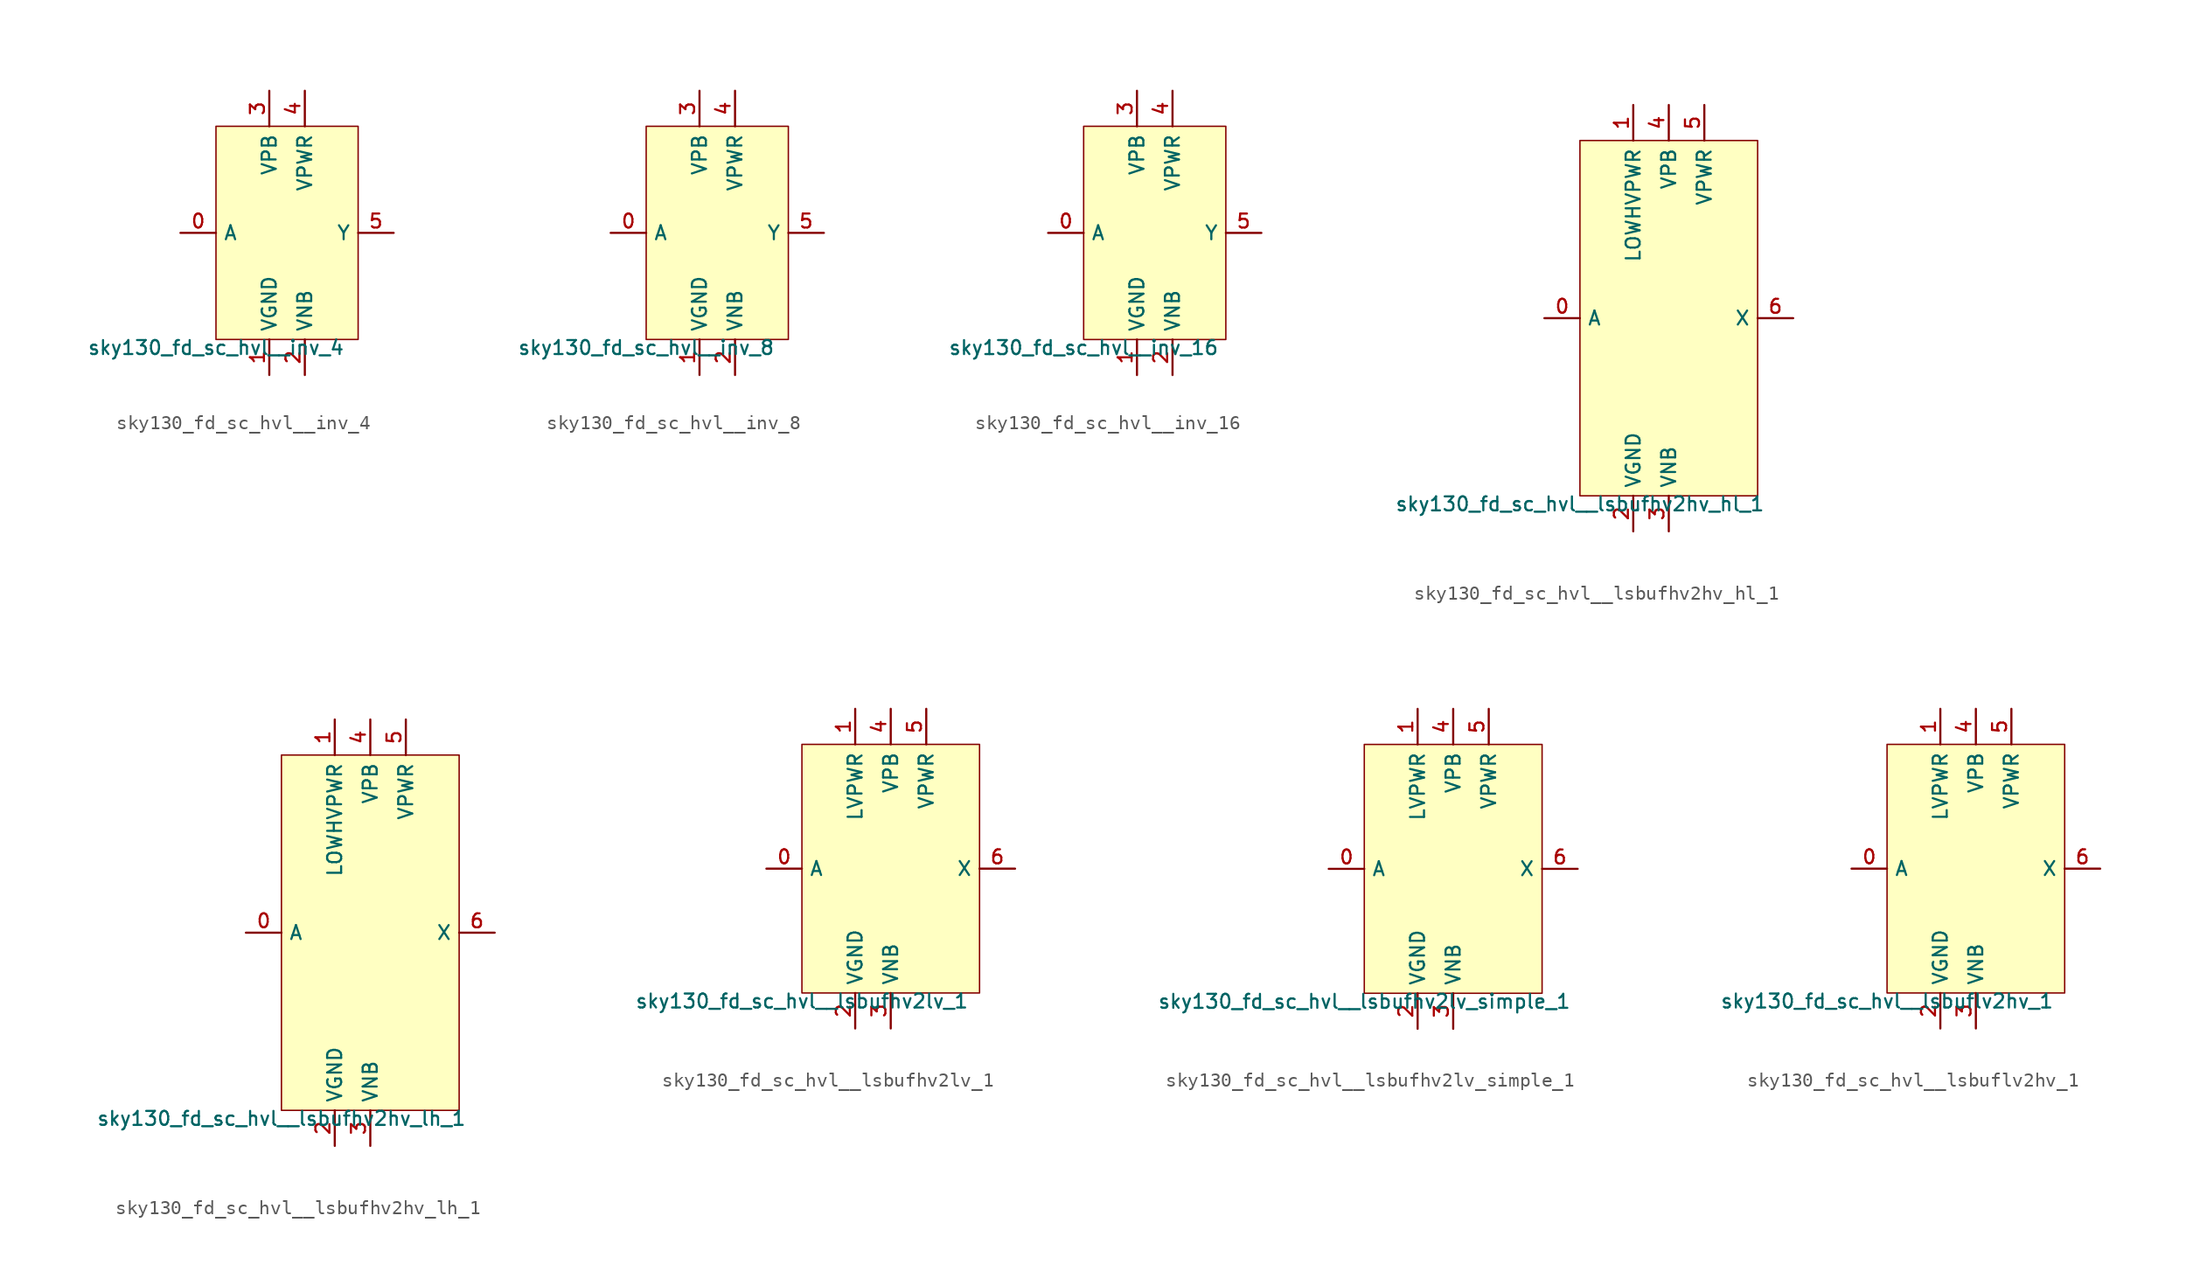
<source format=kicad_sym>
(kicad_symbol_lib
  (version 20211014)
  (generator lef2kicad_sym)
  (symbol "sky130_fd_sc_hvl__inv_4"
    (property "Reference" "X"
      (at 0 0 0)
      (effects (font (size 1 1)) hide))
    (property "Value" "sky130_fd_sc_hvl__inv_4"
      (at -5.08 -7.62 0)
      (effects (font (size 1 1)) (justify top)))
    (rectangle
      (start -5.08 -7.62)
      (end 5.08 7.62)
      (stroke (width 0.1) (type solid) (color 0 0 0 0))
      (fill (type background)))
    (pin input line
      (at -7.62 0.0 0)
      (length 2.54)
      (name "A" (effects (font (size 1 1)) hide))
      (number "0" (effects (font (size 1 1)) hide)))
    (pin power_in line
      (at -1.27 -10.16 90)
      (length 2.54)
      (name "VGND" (effects (font (size 1 1)) hide))
      (number "1" (effects (font (size 1 1)) hide)))
    (pin power_in line
      (at 1.27 -10.16 90)
      (length 2.54)
      (name "VNB" (effects (font (size 1 1)) hide))
      (number "2" (effects (font (size 1 1)) hide)))
    (pin power_in line
      (at -1.27 10.16 270)
      (length 2.54)
      (name "VPB" (effects (font (size 1 1)) hide))
      (number "3" (effects (font (size 1 1)) hide)))
    (pin power_in line
      (at 1.27 10.16 270)
      (length 2.54)
      (name "VPWR" (effects (font (size 1 1)) hide))
      (number "4" (effects (font (size 1 1)) hide)))
    (pin output line
      (at 7.62 0.0 180)
      (length 2.54)
      (name "Y" (effects (font (size 1 1)) hide))
      (number "5" (effects (font (size 1 1)) hide))))
  (symbol "sky130_fd_sc_hvl__inv_8"
    (property "Reference" "X"
      (at 0 0 0)
      (effects (font (size 1 1)) hide))
    (property "Value" "sky130_fd_sc_hvl__inv_8"
      (at -5.08 -7.62 0)
      (effects (font (size 1 1)) (justify top)))
    (rectangle
      (start -5.08 -7.62)
      (end 5.08 7.62)
      (stroke (width 0.1) (type solid) (color 0 0 0 0))
      (fill (type background)))
    (pin input line
      (at -7.62 0.0 0)
      (length 2.54)
      (name "A" (effects (font (size 1 1)) hide))
      (number "0" (effects (font (size 1 1)) hide)))
    (pin power_in line
      (at -1.27 -10.16 90)
      (length 2.54)
      (name "VGND" (effects (font (size 1 1)) hide))
      (number "1" (effects (font (size 1 1)) hide)))
    (pin power_in line
      (at 1.27 -10.16 90)
      (length 2.54)
      (name "VNB" (effects (font (size 1 1)) hide))
      (number "2" (effects (font (size 1 1)) hide)))
    (pin power_in line
      (at -1.27 10.16 270)
      (length 2.54)
      (name "VPB" (effects (font (size 1 1)) hide))
      (number "3" (effects (font (size 1 1)) hide)))
    (pin power_in line
      (at 1.27 10.16 270)
      (length 2.54)
      (name "VPWR" (effects (font (size 1 1)) hide))
      (number "4" (effects (font (size 1 1)) hide)))
    (pin output line
      (at 7.62 0.0 180)
      (length 2.54)
      (name "Y" (effects (font (size 1 1)) hide))
      (number "5" (effects (font (size 1 1)) hide))))
  (symbol "sky130_fd_sc_hvl__inv_16"
    (property "Reference" "X"
      (at 0 0 0)
      (effects (font (size 1 1)) hide))
    (property "Value" "sky130_fd_sc_hvl__inv_16"
      (at -5.08 -7.62 0)
      (effects (font (size 1 1)) (justify top)))
    (rectangle
      (start -5.08 -7.62)
      (end 5.08 7.62)
      (stroke (width 0.1) (type solid) (color 0 0 0 0))
      (fill (type background)))
    (pin input line
      (at -7.62 0.0 0)
      (length 2.54)
      (name "A" (effects (font (size 1 1)) hide))
      (number "0" (effects (font (size 1 1)) hide)))
    (pin power_in line
      (at -1.27 -10.16 90)
      (length 2.54)
      (name "VGND" (effects (font (size 1 1)) hide))
      (number "1" (effects (font (size 1 1)) hide)))
    (pin power_in line
      (at 1.27 -10.16 90)
      (length 2.54)
      (name "VNB" (effects (font (size 1 1)) hide))
      (number "2" (effects (font (size 1 1)) hide)))
    (pin power_in line
      (at -1.27 10.16 270)
      (length 2.54)
      (name "VPB" (effects (font (size 1 1)) hide))
      (number "3" (effects (font (size 1 1)) hide)))
    (pin power_in line
      (at 1.27 10.16 270)
      (length 2.54)
      (name "VPWR" (effects (font (size 1 1)) hide))
      (number "4" (effects (font (size 1 1)) hide)))
    (pin output line
      (at 7.62 0.0 180)
      (length 2.54)
      (name "Y" (effects (font (size 1 1)) hide))
      (number "5" (effects (font (size 1 1)) hide))))
  (symbol "sky130_fd_sc_hvl__lsbufhv2hv_hl_1"
    (property "Reference" "X"
      (at 0 0 0)
      (effects (font (size 1 1)) hide))
    (property "Value" "sky130_fd_sc_hvl__lsbufhv2hv_hl_1"
      (at -6.35 -12.7 0)
      (effects (font (size 1 1)) (justify top)))
    (rectangle
      (start -6.35 -12.7)
      (end 6.35 12.7)
      (stroke (width 0.1) (type solid) (color 0 0 0 0))
      (fill (type background)))
    (pin input line
      (at -8.89 0.0 0)
      (length 2.54)
      (name "A" (effects (font (size 1 1)) hide))
      (number "0" (effects (font (size 1 1)) hide)))
    (pin power_in line
      (at -2.54 15.24 270)
      (length 2.54)
      (name "LOWHVPWR" (effects (font (size 1 1)) hide))
      (number "1" (effects (font (size 1 1)) hide)))
    (pin power_in line
      (at -2.54 -15.24 90)
      (length 2.54)
      (name "VGND" (effects (font (size 1 1)) hide))
      (number "2" (effects (font (size 1 1)) hide)))
    (pin power_in line
      (at 4.440892098500626e-16 -15.24 90)
      (length 2.54)
      (name "VNB" (effects (font (size 1 1)) hide))
      (number "3" (effects (font (size 1 1)) hide)))
    (pin power_in line
      (at 4.440892098500626e-16 15.24 270)
      (length 2.54)
      (name "VPB" (effects (font (size 1 1)) hide))
      (number "4" (effects (font (size 1 1)) hide)))
    (pin power_in line
      (at 2.54 15.24 270)
      (length 2.54)
      (name "VPWR" (effects (font (size 1 1)) hide))
      (number "5" (effects (font (size 1 1)) hide)))
    (pin output line
      (at 8.89 0.0 180)
      (length 2.54)
      (name "X" (effects (font (size 1 1)) hide))
      (number "6" (effects (font (size 1 1)) hide))))
  (symbol "sky130_fd_sc_hvl__lsbufhv2hv_lh_1"
    (property "Reference" "X"
      (at 0 0 0)
      (effects (font (size 1 1)) hide))
    (property "Value" "sky130_fd_sc_hvl__lsbufhv2hv_lh_1"
      (at -6.35 -12.7 0)
      (effects (font (size 1 1)) (justify top)))
    (rectangle
      (start -6.35 -12.7)
      (end 6.35 12.7)
      (stroke (width 0.1) (type solid) (color 0 0 0 0))
      (fill (type background)))
    (pin input line
      (at -8.89 0.0 0)
      (length 2.54)
      (name "A" (effects (font (size 1 1)) hide))
      (number "0" (effects (font (size 1 1)) hide)))
    (pin power_in line
      (at -2.54 15.24 270)
      (length 2.54)
      (name "LOWHVPWR" (effects (font (size 1 1)) hide))
      (number "1" (effects (font (size 1 1)) hide)))
    (pin power_in line
      (at -2.54 -15.24 90)
      (length 2.54)
      (name "VGND" (effects (font (size 1 1)) hide))
      (number "2" (effects (font (size 1 1)) hide)))
    (pin power_in line
      (at 4.440892098500626e-16 -15.24 90)
      (length 2.54)
      (name "VNB" (effects (font (size 1 1)) hide))
      (number "3" (effects (font (size 1 1)) hide)))
    (pin power_in line
      (at 4.440892098500626e-16 15.24 270)
      (length 2.54)
      (name "VPB" (effects (font (size 1 1)) hide))
      (number "4" (effects (font (size 1 1)) hide)))
    (pin power_in line
      (at 2.54 15.24 270)
      (length 2.54)
      (name "VPWR" (effects (font (size 1 1)) hide))
      (number "5" (effects (font (size 1 1)) hide)))
    (pin output line
      (at 8.89 0.0 180)
      (length 2.54)
      (name "X" (effects (font (size 1 1)) hide))
      (number "6" (effects (font (size 1 1)) hide))))
  (symbol "sky130_fd_sc_hvl__lsbufhv2lv_1"
    (property "Reference" "X"
      (at 0 0 0)
      (effects (font (size 1 1)) hide))
    (property "Value" "sky130_fd_sc_hvl__lsbufhv2lv_1"
      (at -6.35 -8.89 0)
      (effects (font (size 1 1)) (justify top)))
    (rectangle
      (start -6.35 -8.89)
      (end 6.35 8.89)
      (stroke (width 0.1) (type solid) (color 0 0 0 0))
      (fill (type background)))
    (pin input line
      (at -8.89 8.881784197001252e-16 0)
      (length 2.54)
      (name "A" (effects (font (size 1 1)) hide))
      (number "0" (effects (font (size 1 1)) hide)))
    (pin power_in line
      (at -2.54 11.43 270)
      (length 2.54)
      (name "LVPWR" (effects (font (size 1 1)) hide))
      (number "1" (effects (font (size 1 1)) hide)))
    (pin power_in line
      (at -2.54 -11.43 90)
      (length 2.54)
      (name "VGND" (effects (font (size 1 1)) hide))
      (number "2" (effects (font (size 1 1)) hide)))
    (pin power_in line
      (at 4.440892098500626e-16 -11.43 90)
      (length 2.54)
      (name "VNB" (effects (font (size 1 1)) hide))
      (number "3" (effects (font (size 1 1)) hide)))
    (pin power_in line
      (at 4.440892098500626e-16 11.43 270)
      (length 2.54)
      (name "VPB" (effects (font (size 1 1)) hide))
      (number "4" (effects (font (size 1 1)) hide)))
    (pin power_in line
      (at 2.54 11.43 270)
      (length 2.54)
      (name "VPWR" (effects (font (size 1 1)) hide))
      (number "5" (effects (font (size 1 1)) hide)))
    (pin output line
      (at 8.89 8.881784197001252e-16 180)
      (length 2.54)
      (name "X" (effects (font (size 1 1)) hide))
      (number "6" (effects (font (size 1 1)) hide))))
  (symbol "sky130_fd_sc_hvl__lsbufhv2lv_simple_1"
    (property "Reference" "X"
      (at 0 0 0)
      (effects (font (size 1 1)) hide))
    (property "Value" "sky130_fd_sc_hvl__lsbufhv2lv_simple_1"
      (at -6.35 -8.89 0)
      (effects (font (size 1 1)) (justify top)))
    (rectangle
      (start -6.35 -8.89)
      (end 6.35 8.89)
      (stroke (width 0.1) (type solid) (color 0 0 0 0))
      (fill (type background)))
    (pin input line
      (at -8.89 8.881784197001252e-16 0)
      (length 2.54)
      (name "A" (effects (font (size 1 1)) hide))
      (number "0" (effects (font (size 1 1)) hide)))
    (pin power_in line
      (at -2.54 11.43 270)
      (length 2.54)
      (name "LVPWR" (effects (font (size 1 1)) hide))
      (number "1" (effects (font (size 1 1)) hide)))
    (pin power_in line
      (at -2.54 -11.43 90)
      (length 2.54)
      (name "VGND" (effects (font (size 1 1)) hide))
      (number "2" (effects (font (size 1 1)) hide)))
    (pin power_in line
      (at 4.440892098500626e-16 -11.43 90)
      (length 2.54)
      (name "VNB" (effects (font (size 1 1)) hide))
      (number "3" (effects (font (size 1 1)) hide)))
    (pin power_in line
      (at 4.440892098500626e-16 11.43 270)
      (length 2.54)
      (name "VPB" (effects (font (size 1 1)) hide))
      (number "4" (effects (font (size 1 1)) hide)))
    (pin power_in line
      (at 2.54 11.43 270)
      (length 2.54)
      (name "VPWR" (effects (font (size 1 1)) hide))
      (number "5" (effects (font (size 1 1)) hide)))
    (pin output line
      (at 8.89 8.881784197001252e-16 180)
      (length 2.54)
      (name "X" (effects (font (size 1 1)) hide))
      (number "6" (effects (font (size 1 1)) hide))))
  (symbol "sky130_fd_sc_hvl__lsbuflv2hv_1"
    (property "Reference" "X"
      (at 0 0 0)
      (effects (font (size 1 1)) hide))
    (property "Value" "sky130_fd_sc_hvl__lsbuflv2hv_1"
      (at -6.35 -8.89 0)
      (effects (font (size 1 1)) (justify top)))
    (rectangle
      (start -6.35 -8.89)
      (end 6.35 8.89)
      (stroke (width 0.1) (type solid) (color 0 0 0 0))
      (fill (type background)))
    (pin input line
      (at -8.89 8.881784197001252e-16 0)
      (length 2.54)
      (name "A" (effects (font (size 1 1)) hide))
      (number "0" (effects (font (size 1 1)) hide)))
    (pin power_in line
      (at -2.54 11.43 270)
      (length 2.54)
      (name "LVPWR" (effects (font (size 1 1)) hide))
      (number "1" (effects (font (size 1 1)) hide)))
    (pin power_in line
      (at -2.54 -11.43 90)
      (length 2.54)
      (name "VGND" (effects (font (size 1 1)) hide))
      (number "2" (effects (font (size 1 1)) hide)))
    (pin power_in line
      (at 4.440892098500626e-16 -11.43 90)
      (length 2.54)
      (name "VNB" (effects (font (size 1 1)) hide))
      (number "3" (effects (font (size 1 1)) hide)))
    (pin power_in line
      (at 4.440892098500626e-16 11.43 270)
      (length 2.54)
      (name "VPB" (effects (font (size 1 1)) hide))
      (number "4" (effects (font (size 1 1)) hide)))
    (pin power_in line
      (at 2.54 11.43 270)
      (length 2.54)
      (name "VPWR" (effects (font (size 1 1)) hide))
      (number "5" (effects (font (size 1 1)) hide)))
    (pin output line
      (at 8.89 8.881784197001252e-16 180)
      (length 2.54)
      (name "X" (effects (font (size 1 1)) hide))
      (number "6" (effects (font (size 1 1)) hide)))))
</source>
